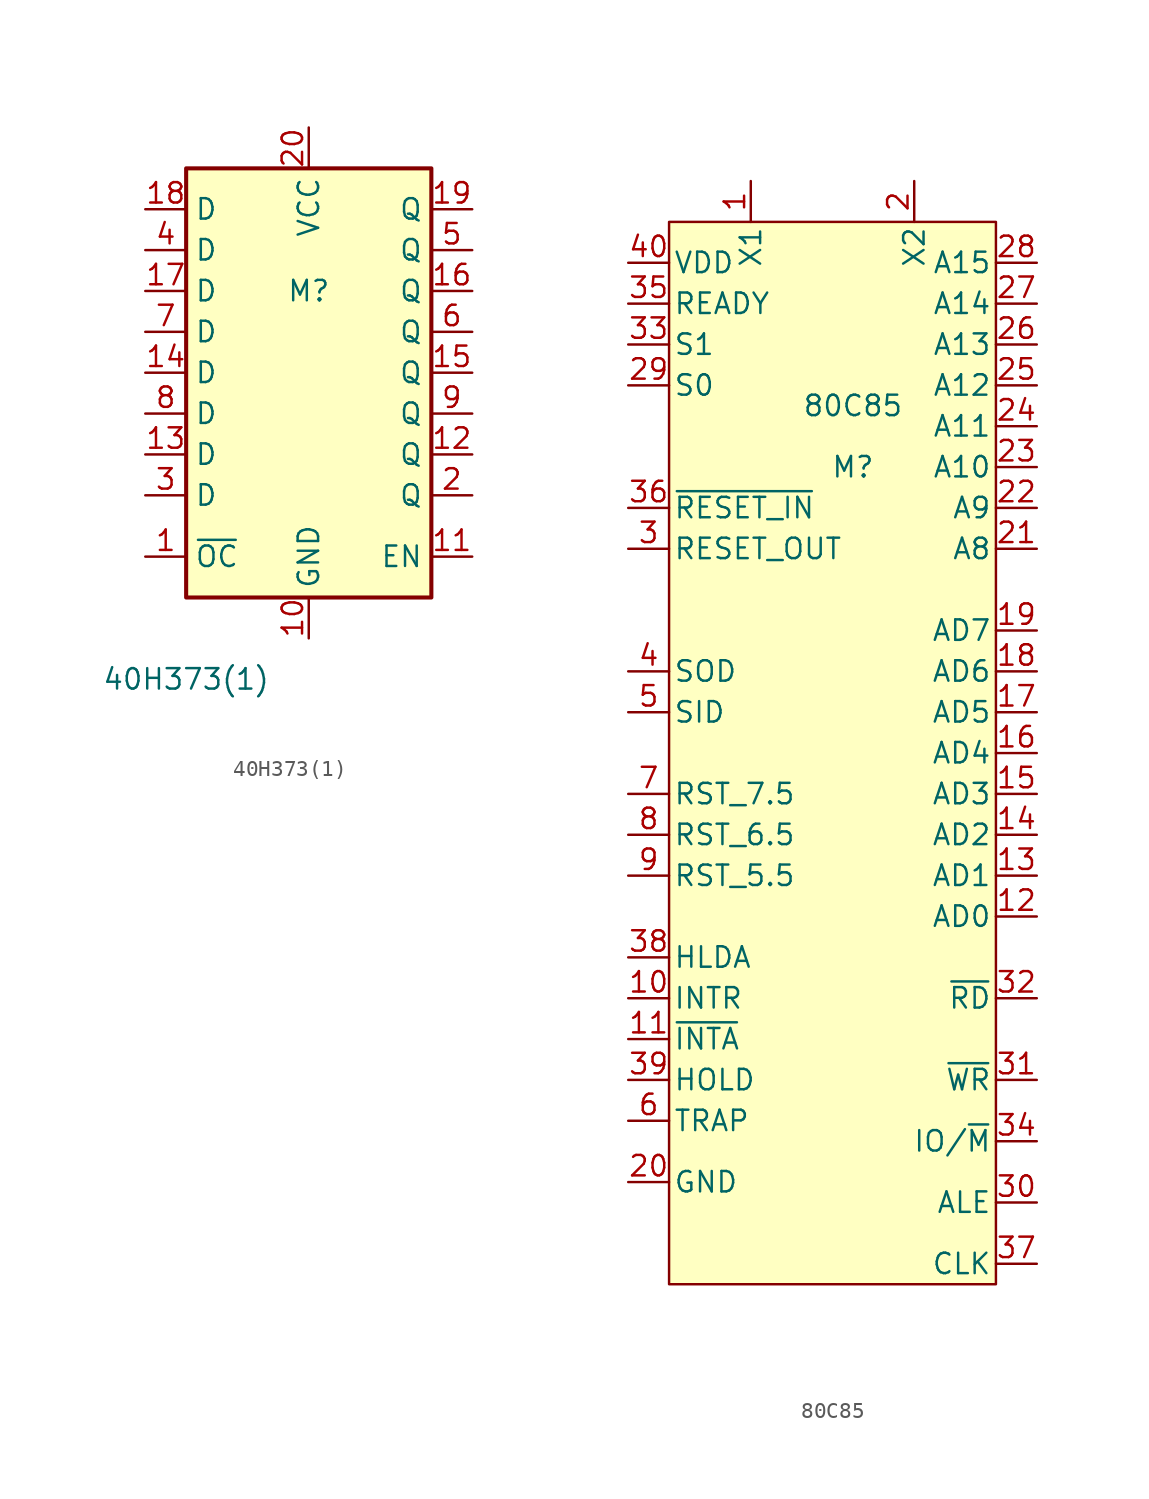
<source format=kicad_sym>
(kicad_symbol_lib
  (version 20211014)
  (generator kicad_symbol_editor)
  (symbol "40H373(1)"
    (property "Reference" "M"
      (at 0 7.62 0)
      (effects (font (size 1.27 1.27))))
    (property "Value" "40H373(1)"
      (at -7.62 -16.51 0)
      (effects (font (size 1.27 1.27))))
    (symbol "40H373(1)_1_0"
      (pin input line (at -10.16 -8.89 0) (length 2.54) (name "~{OC}" (effects (font (size 1.27 1.27)))) (number "1" (effects (font (size 1.27 1.27)))))
      (pin power_in line (at 0 -13.97 90) (length 2.54) (name "GND" (effects (font (size 1.27 1.27)))) (number "10" (effects (font (size 1.27 1.27)))))
      (pin input line (at 10.16 -8.89 180) (length 2.54) (name "EN" (effects (font (size 1.27 1.27)))) (number "11" (effects (font (size 1.27 1.27)))))
      (pin tri_state line (at 10.16 -2.54 180) (length 2.54) (name "Q" (effects (font (size 1.27 1.27)))) (number "12" (effects (font (size 1.27 1.27)))))
      (pin input line (at -10.16 -2.54 0) (length 2.54) (name "D" (effects (font (size 1.27 1.27)))) (number "13" (effects (font (size 1.27 1.27)))))
      (pin input line (at -10.16 2.54 0) (length 2.54) (name "D" (effects (font (size 1.27 1.27)))) (number "14" (effects (font (size 1.27 1.27)))))
      (pin tri_state line (at 10.16 2.54 180) (length 2.54) (name "Q" (effects (font (size 1.27 1.27)))) (number "15" (effects (font (size 1.27 1.27)))))
      (pin tri_state line (at 10.16 7.62 180) (length 2.54) (name "Q" (effects (font (size 1.27 1.27)))) (number "16" (effects (font (size 1.27 1.27)))))
      (pin input line (at -10.16 7.62 0) (length 2.54) (name "D" (effects (font (size 1.27 1.27)))) (number "17" (effects (font (size 1.27 1.27)))))
      (pin input line (at -10.16 12.7 0) (length 2.54) (name "D" (effects (font (size 1.27 1.27)))) (number "18" (effects (font (size 1.27 1.27)))))
      (pin tri_state line (at 10.16 12.7 180) (length 2.54) (name "Q" (effects (font (size 1.27 1.27)))) (number "19" (effects (font (size 1.27 1.27)))))
      (pin tri_state line (at 10.16 -5.08 180) (length 2.54) (name "Q" (effects (font (size 1.27 1.27)))) (number "2" (effects (font (size 1.27 1.27)))))
      (pin power_in line (at 0 17.78 270) (length 2.54) (name "VCC" (effects (font (size 1.27 1.27)))) (number "20" (effects (font (size 1.27 1.27)))))
      (pin input line (at -10.16 -5.08 0) (length 2.54) (name "D" (effects (font (size 1.27 1.27)))) (number "3" (effects (font (size 1.27 1.27)))))
      (pin input line (at -10.16 10.16 0) (length 2.54) (name "D" (effects (font (size 1.27 1.27)))) (number "4" (effects (font (size 1.27 1.27)))))
      (pin tri_state line (at 10.16 10.16 180) (length 2.54) (name "Q" (effects (font (size 1.27 1.27)))) (number "5" (effects (font (size 1.27 1.27)))))
      (pin tri_state line (at 10.16 5.08 180) (length 2.54) (name "Q" (effects (font (size 1.27 1.27)))) (number "6" (effects (font (size 1.27 1.27)))))
      (pin input line (at -10.16 5.08 0) (length 2.54) (name "D" (effects (font (size 1.27 1.27)))) (number "7" (effects (font (size 1.27 1.27)))))
      (pin input line (at -10.16 0 0) (length 2.54) (name "D" (effects (font (size 1.27 1.27)))) (number "8" (effects (font (size 1.27 1.27)))))
      (pin tri_state line (at 10.16 0 180) (length 2.54) (name "Q" (effects (font (size 1.27 1.27)))) (number "9" (effects (font (size 1.27 1.27))))))
    (symbol "40H373(1)_1_1"
      (rectangle (start -7.62 15.24) (end 7.62 -11.43) (stroke (width 0.254) (type default) (color 0 0 0 0)) (fill (type background)))))
  (symbol "80C85"
    (pin_names
      (offset 0.254))
    (property "Reference" "M"
      (at 1.27 13.97 0)
      (effects (font (size 1.27 1.27))))
    (property "Value" "80C85"
      (at 1.27 17.78 0)
      (effects (font (size 1.27 1.27))))
    (symbol "80C85_0_0"
      (pin bidirectional line (at 12.7 -13.97 180) (length 2.54) (name "AD0" (effects (font (size 1.27 1.27)))) (number "12" (effects (font (size 1.27 1.27)))))
      (pin bidirectional line (at 12.7 -11.43 180) (length 2.54) (name "AD1" (effects (font (size 1.27 1.27)))) (number "13" (effects (font (size 1.27 1.27)))))
      (pin bidirectional line (at 12.7 -8.89 180) (length 2.54) (name "AD2" (effects (font (size 1.27 1.27)))) (number "14" (effects (font (size 1.27 1.27)))))
      (pin bidirectional line (at 12.7 -6.35 180) (length 2.54) (name "AD3" (effects (font (size 1.27 1.27)))) (number "15" (effects (font (size 1.27 1.27)))))
      (pin bidirectional line (at 12.7 -3.81 180) (length 2.54) (name "AD4" (effects (font (size 1.27 1.27)))) (number "16" (effects (font (size 1.27 1.27)))))
      (pin bidirectional line (at 12.7 -1.27 180) (length 2.54) (name "AD5" (effects (font (size 1.27 1.27)))) (number "17" (effects (font (size 1.27 1.27)))))
      (pin bidirectional line (at 12.7 1.27 180) (length 2.54) (name "AD6" (effects (font (size 1.27 1.27)))) (number "18" (effects (font (size 1.27 1.27)))))
      (pin bidirectional line (at 12.7 3.81 180) (length 2.54) (name "AD7" (effects (font (size 1.27 1.27)))) (number "19" (effects (font (size 1.27 1.27)))))
      (pin output line (at 12.7 8.89 180) (length 2.54) (name "A8" (effects (font (size 1.27 1.27)))) (number "21" (effects (font (size 1.27 1.27)))))
      (pin output line (at 12.7 11.43 180) (length 2.54) (name "A9" (effects (font (size 1.27 1.27)))) (number "22" (effects (font (size 1.27 1.27)))))
      (pin output line (at 12.7 13.97 180) (length 2.54) (name "A10" (effects (font (size 1.27 1.27)))) (number "23" (effects (font (size 1.27 1.27)))))
      (pin output line (at 12.7 16.51 180) (length 2.54) (name "A11" (effects (font (size 1.27 1.27)))) (number "24" (effects (font (size 1.27 1.27)))))
      (pin output line (at 12.7 19.05 180) (length 2.54) (name "A12" (effects (font (size 1.27 1.27)))) (number "25" (effects (font (size 1.27 1.27)))))
      (pin output line (at 12.7 21.59 180) (length 2.54) (name "A13" (effects (font (size 1.27 1.27)))) (number "26" (effects (font (size 1.27 1.27)))))
      (pin output line (at 12.7 24.13 180) (length 2.54) (name "A14" (effects (font (size 1.27 1.27)))) (number "27" (effects (font (size 1.27 1.27)))))
      (pin output line (at 12.7 -31.75 180) (length 2.54) (name "ALE" (effects (font (size 1.27 1.27)))) (number "30" (effects (font (size 1.27 1.27)))))
      (pin output line (at 12.7 -24.13 180) (length 2.54) (name "~{WR}" (effects (font (size 1.27 1.27)))) (number "31" (effects (font (size 1.27 1.27)))))
      (pin output line (at 12.7 -19.05 180) (length 2.54) (name "~{RD}" (effects (font (size 1.27 1.27)))) (number "32" (effects (font (size 1.27 1.27)))))
      (pin output line (at 12.7 -27.94 180) (length 2.54) (name "IO/~{M}" (effects (font (size 1.27 1.27)))) (number "34" (effects (font (size 1.27 1.27)))))
      (pin output line (at 12.7 -35.56 180) (length 2.54) (name "CLK" (effects (font (size 1.27 1.27)))) (number "37" (effects (font (size 1.27 1.27))))))
    (symbol "80C85_0_1"
      (rectangle (start -10.16 29.21) (end 10.16 -36.83) (stroke (width 0) (type default) (color 0 0 0 0)) (fill (type background))))
    (symbol "80C85_1_1"
      (pin passive line (at -5.08 31.75 270) (length 2.54) (name "X1" (effects (font (size 1.27 1.27)))) (number "1" (effects (font (size 1.27 1.27)))))
      (pin input line (at -12.7 -19.05 0) (length 2.54) (name "INTR" (effects (font (size 1.27 1.27)))) (number "10" (effects (font (size 1.27 1.27)))))
      (pin input line (at -12.7 -21.59 0) (length 2.54) (name "~{INTA}" (effects (font (size 1.27 1.27)))) (number "11" (effects (font (size 1.27 1.27)))))
      (pin passive line (at 5.08 31.75 270) (length 2.54) (name "X2" (effects (font (size 1.27 1.27)))) (number "2" (effects (font (size 1.27 1.27)))))
      (pin power_in line (at -12.7 -30.48 0) (length 2.54) (name "GND" (effects (font (size 1.27 1.27)))) (number "20" (effects (font (size 1.27 1.27)))))
      (pin output line (at 12.7 26.67 180) (length 2.54) (name "A15" (effects (font (size 1.27 1.27)))) (number "28" (effects (font (size 1.27 1.27)))))
      (pin output line (at -12.7 19.05 0) (length 2.54) (name "S0" (effects (font (size 1.27 1.27)))) (number "29" (effects (font (size 1.27 1.27)))))
      (pin output line (at -12.7 8.89 0) (length 2.54) (name "RESET_OUT" (effects (font (size 1.27 1.27)))) (number "3" (effects (font (size 1.27 1.27)))))
      (pin output line (at -12.7 21.59 0) (length 2.54) (name "S1" (effects (font (size 1.27 1.27)))) (number "33" (effects (font (size 1.27 1.27)))))
      (pin input line (at -12.7 24.13 0) (length 2.54) (name "READY" (effects (font (size 1.27 1.27)))) (number "35" (effects (font (size 1.27 1.27)))))
      (pin output line (at -12.7 11.43 0) (length 2.54) (name "~{RESET_IN}" (effects (font (size 1.27 1.27)))) (number "36" (effects (font (size 1.27 1.27)))))
      (pin output line (at -12.7 -16.51 0) (length 2.54) (name "HLDA" (effects (font (size 1.27 1.27)))) (number "38" (effects (font (size 1.27 1.27)))))
      (pin input line (at -12.7 -24.13 0) (length 2.54) (name "HOLD" (effects (font (size 1.27 1.27)))) (number "39" (effects (font (size 1.27 1.27)))))
      (pin output line (at -12.7 1.27 0) (length 2.54) (name "SOD" (effects (font (size 1.27 1.27)))) (number "4" (effects (font (size 1.27 1.27)))))
      (pin power_in line (at -12.7 26.67 0) (length 2.54) (name "VDD" (effects (font (size 1.27 1.27)))) (number "40" (effects (font (size 1.27 1.27)))))
      (pin input line (at -12.7 -1.27 0) (length 2.54) (name "SID" (effects (font (size 1.27 1.27)))) (number "5" (effects (font (size 1.27 1.27)))))
      (pin input line (at -12.7 -26.67 0) (length 2.54) (name "TRAP" (effects (font (size 1.27 1.27)))) (number "6" (effects (font (size 1.27 1.27)))))
      (pin input line (at -12.7 -6.35 0) (length 2.54) (name "RST_7.5" (effects (font (size 1.27 1.27)))) (number "7" (effects (font (size 1.27 1.27)))))
      (pin input line (at -12.7 -8.89 0) (length 2.54) (name "RST_6.5" (effects (font (size 1.27 1.27)))) (number "8" (effects (font (size 1.27 1.27)))))
      (pin input line (at -12.7 -11.43 0) (length 2.54) (name "RST_5.5" (effects (font (size 1.27 1.27)))) (number "9" (effects (font (size 1.27 1.27))))))))
</source>
